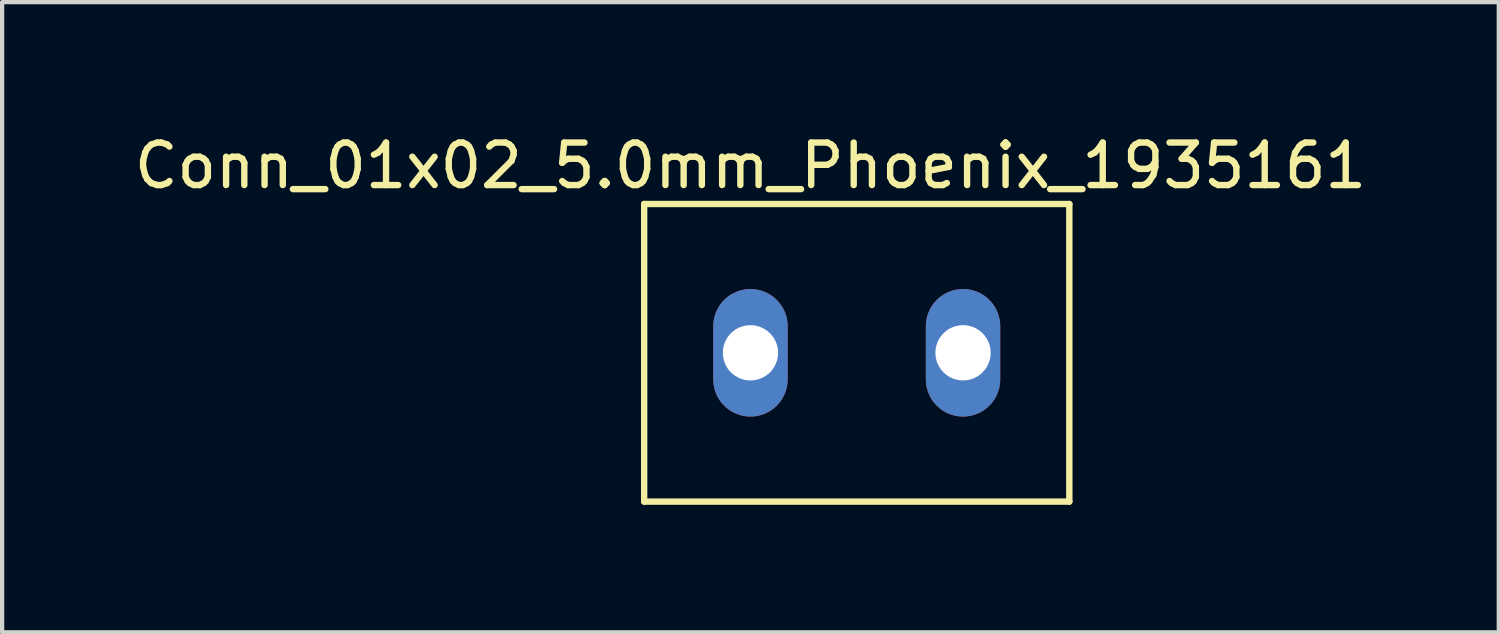
<source format=kicad_pcb>
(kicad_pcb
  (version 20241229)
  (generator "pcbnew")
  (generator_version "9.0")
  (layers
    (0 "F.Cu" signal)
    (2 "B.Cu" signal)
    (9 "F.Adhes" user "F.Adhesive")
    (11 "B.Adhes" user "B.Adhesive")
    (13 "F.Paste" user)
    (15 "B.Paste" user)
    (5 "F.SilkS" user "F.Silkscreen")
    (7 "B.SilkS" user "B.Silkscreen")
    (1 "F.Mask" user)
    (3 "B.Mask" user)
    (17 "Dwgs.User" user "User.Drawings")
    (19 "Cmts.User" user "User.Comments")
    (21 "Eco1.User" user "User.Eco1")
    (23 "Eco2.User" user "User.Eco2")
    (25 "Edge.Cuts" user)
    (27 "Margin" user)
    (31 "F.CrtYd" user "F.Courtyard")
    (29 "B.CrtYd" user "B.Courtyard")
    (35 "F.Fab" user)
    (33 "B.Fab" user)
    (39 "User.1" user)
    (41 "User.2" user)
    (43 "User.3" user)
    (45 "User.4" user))
  (footprint "Conn_01x02_5.0mm_Phoenix_1935161"
    (layer "F.Cu")
    (at 14.601 5.248)
    (property "Reference" "Conn_01x02_5.0mm_Phoenix_1935161" (at 0 -4.4 0) (layer "F.SilkS") (effects (font (size 1 1) (thickness 0.15))))
    (attr exclude_from_pos_files exclude_from_bom)
    (fp_line (start -2.5 -3.5) (end -2.5 3.5) (stroke (width 0.15) (type solid)) (layer "F.SilkS"))
    (fp_line (start -2.5 -3.5) (end 7.5 -3.5) (stroke (width 0.15) (type solid)) (layer "F.SilkS"))
    (fp_line (start -2.5 3.5) (end 7.5 3.5) (stroke (width 0.15) (type solid)) (layer "F.SilkS"))
    (fp_line (start 7.5 -3.5) (end 7.5 3.5) (stroke (width 0.15) (type solid)) (layer "F.SilkS"))
    (pad "1" thru_hole oval (at 0 0) (size 1.75 3) (drill 1.3) (layers "*.Cu" "*.Mask"))
    (pad "2" thru_hole oval (at 5 0) (size 1.75 3) (drill 1.3) (layers "*.Cu" "*.Mask")))
  (gr_rect
    (start -3 -3)
    (end 32.202 11.823)
    (stroke (width 0.1) (type default))
    (fill no)
    (layer "Edge.Cuts")))
</source>
